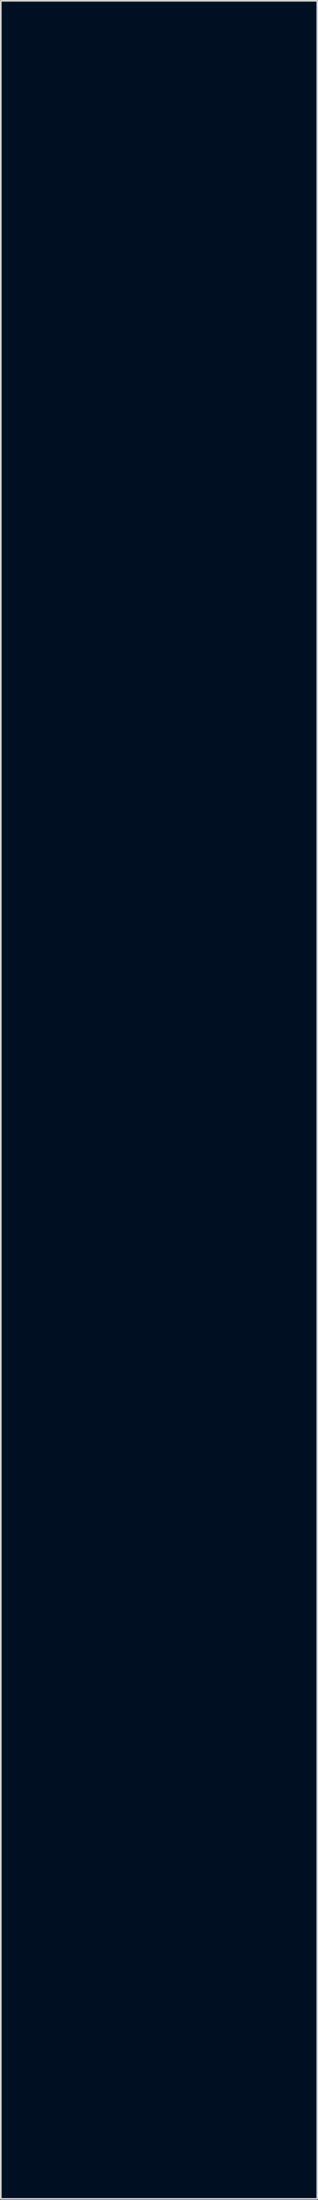
<source format=kicad_pcb>
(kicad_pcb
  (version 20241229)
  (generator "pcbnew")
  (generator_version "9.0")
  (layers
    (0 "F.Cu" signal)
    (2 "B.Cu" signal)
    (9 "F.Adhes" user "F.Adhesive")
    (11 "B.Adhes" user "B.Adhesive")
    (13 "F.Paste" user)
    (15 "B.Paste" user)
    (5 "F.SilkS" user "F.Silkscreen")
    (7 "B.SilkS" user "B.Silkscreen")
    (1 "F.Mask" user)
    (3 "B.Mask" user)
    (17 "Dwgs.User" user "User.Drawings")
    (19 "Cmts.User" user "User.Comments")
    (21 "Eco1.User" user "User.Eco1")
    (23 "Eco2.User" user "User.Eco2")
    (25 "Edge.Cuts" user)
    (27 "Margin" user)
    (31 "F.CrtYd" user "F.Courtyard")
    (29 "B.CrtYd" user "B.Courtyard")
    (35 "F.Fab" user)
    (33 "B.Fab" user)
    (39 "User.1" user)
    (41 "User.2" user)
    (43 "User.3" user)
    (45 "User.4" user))
  (footprint "OTC_logo"
    (layer "F.Cu")
    (at 6.482 64.246)
    (property "Reference" "OTC_logo" (at 0 0 0) (layer "F.Mask") (effects (font (size 1.524 1.524) (thickness 0.3))))
    (attr through_hole)
    (fp_poly (pts (xy -4.72 61.891) (xy -6.181 61.891) (xy -6.181 60.431) (xy -4.72 60.431) (xy -4.72 61.891)) (stroke (width 0.01) (type solid)) (fill yes) (layer "F.Mask"))
    (fp_poly (pts (xy -0.212 52.895) (xy -6.181 52.895) (xy -6.181 51.435) (xy -0.212 51.435) (xy -0.212 52.895)) (stroke (width 0.01) (type solid)) (fill yes) (layer "F.Mask"))
    (fp_poly (pts (xy -0.211 -22.404) (xy -0.222 -20.345) (xy -6.181 -26.3) (xy -6.181 -28.374) (xy -0.211 -22.404)) (stroke (width 0.01) (type solid)) (fill yes) (layer "F.Mask"))
    (fp_poly (pts (xy 2.032 61.891) (xy 0.572 61.891) (xy 0.572 60.431) (xy 2.032 60.431) (xy 2.032 61.891)) (stroke (width 0.01) (type solid)) (fill yes) (layer "F.Mask"))
    (fp_poly (pts (xy -3.196 -55.086) (xy -0.211 -52.101) (xy -0.222 -50.038) (xy -6.181 -55.996) (xy -6.181 -58.071) (xy -3.196 -55.086)) (stroke (width 0.01) (type solid)) (fill yes) (layer "F.Mask"))
    (fp_poly (pts (xy -3.196 -33.877) (xy -0.211 -30.892) (xy -0.222 -28.829) (xy -6.181 -34.787) (xy -6.181 -36.862) (xy -3.196 -33.877)) (stroke (width 0.01) (type solid)) (fill yes) (layer "F.Mask"))
    (fp_poly (pts (xy -3.196 -12.668) (xy -0.211 -9.683) (xy -0.222 -7.62) (xy -6.181 -13.578) (xy -6.181 -15.653) (xy -3.196 -12.668)) (stroke (width 0.01) (type solid)) (fill yes) (layer "F.Mask"))
    (fp_poly (pts (xy -0.211 -39.38) (xy -0.222 -37.317) (xy -3.201 -40.296) (xy -6.181 -43.275) (xy -6.181 -45.349) (xy -0.211 -39.38)) (stroke (width 0.01) (type solid)) (fill yes) (layer "F.Mask"))
    (fp_poly (pts (xy 6.54 30.994) (xy 6.54 32.66) (xy 6.128 32.66) (xy 0.572 27.104) (xy 0.572 25.043) (xy 6.54 30.994)) (stroke (width 0.01) (type solid)) (fill yes) (layer "F.Mask"))
    (fp_poly (pts (xy 6.541 -41.116) (xy 6.53 -39.052) (xy 3.551 -42.032) (xy 0.572 -45.011) (xy 0.572 -47.085) (xy 6.541 -41.116)) (stroke (width 0.01) (type solid)) (fill yes) (layer "F.Mask"))
    (fp_poly (pts (xy 6.541 26.766) (xy 6.53 28.829) (xy 3.551 25.85) (xy 0.572 22.871) (xy 0.572 20.796) (xy 6.541 26.766)) (stroke (width 0.01) (type solid)) (fill yes) (layer "F.Mask"))
    (fp_poly (pts (xy -4.879 11.112) (xy -3.588 12.404) (xy -5.642 12.404) (xy -6.181 11.863) (xy -6.176 10.842) (xy -6.17 9.821) (xy -4.879 11.112)) (stroke (width 0.01) (type solid)) (fill yes) (layer "F.Mask"))
    (fp_poly (pts (xy -3.196 4.308) (xy -0.211 7.292) (xy -0.222 9.356) (xy -3.201 6.376) (xy -6.181 3.397) (xy -6.181 1.323) (xy -3.196 4.308)) (stroke (width 0.01) (type solid)) (fill yes) (layer "F.Mask"))
    (fp_poly (pts (xy -3.196 -38.11) (xy -0.211 -35.126) (xy -0.222 -33.083) (xy -3.201 -36.063) (xy -6.181 -39.042) (xy -6.181 -41.095) (xy -3.196 -38.11)) (stroke (width 0.01) (type solid)) (fill yes) (layer "F.Mask"))
    (fp_poly (pts (xy -3.196 -29.623) (xy -0.211 -26.638) (xy -0.222 -24.596) (xy -3.201 -27.575) (xy -6.181 -30.554) (xy -6.181 -32.607) (xy -3.196 -29.623)) (stroke (width 0.01) (type solid)) (fill yes) (layer "F.Mask"))
    (fp_poly (pts (xy -0.211 -43.613) (xy -0.217 -42.582) (xy -0.222 -41.55) (xy -3.201 -44.529) (xy -6.181 -47.509) (xy -6.181 -49.583) (xy -0.211 -43.613)) (stroke (width 0.01) (type solid)) (fill yes) (layer "F.Mask"))
    (fp_poly (pts (xy -0.211 -1.195) (xy -0.217 -0.164) (xy -0.222 0.868) (xy -3.201 -2.111) (xy -6.181 -5.091) (xy -6.181 -7.165) (xy -0.211 -1.195)) (stroke (width 0.01) (type solid)) (fill yes) (layer "F.Mask"))
    (fp_poly (pts (xy 3.556 -52.588) (xy 6.541 -49.604) (xy 6.53 -47.54) (xy 3.551 -50.52) (xy 0.572 -53.499) (xy 0.572 -55.573) (xy 3.556 -52.588)) (stroke (width 0.01) (type solid)) (fill yes) (layer "F.Mask"))
    (fp_poly (pts (xy 3.556 -48.334) (xy 6.541 -45.349) (xy 6.53 -43.286) (xy 3.551 -46.265) (xy 0.572 -49.244) (xy 0.572 -51.319) (xy 3.556 -48.334)) (stroke (width 0.01) (type solid)) (fill yes) (layer "F.Mask"))
    (fp_poly (pts (xy 3.556 -27.125) (xy 6.541 -24.14) (xy 6.53 -22.077) (xy 3.551 -25.056) (xy 0.572 -28.035) (xy 0.572 -30.11) (xy 3.556 -27.125)) (stroke (width 0.01) (type solid)) (fill yes) (layer "F.Mask"))
    (fp_poly (pts (xy 3.556 11.06) (xy 6.541 14.045) (xy 6.53 16.097) (xy 3.551 13.121) (xy 0.572 10.145) (xy 0.572 8.075) (xy 3.556 11.06)) (stroke (width 0.01) (type solid)) (fill yes) (layer "F.Mask"))
    (fp_poly (pts (xy 3.556 15.293) (xy 6.541 18.278) (xy 6.53 20.341) (xy 3.551 17.362) (xy 0.572 14.383) (xy 0.572 12.308) (xy 3.556 15.293)) (stroke (width 0.01) (type solid)) (fill yes) (layer "F.Mask"))
    (fp_poly (pts (xy 3.556 -10.149) (xy 6.541 -7.164) (xy 6.53 -5.122) (xy 3.551 -8.102) (xy 0.572 -11.081) (xy 0.572 -13.134) (xy 3.556 -10.149)) (stroke (width 0.01) (type solid)) (fill yes) (layer "F.Mask"))
    (fp_poly (pts (xy 3.556 -1.661) (xy 6.541 1.323) (xy 6.53 3.366) (xy 3.551 0.386) (xy 0.572 -2.593) (xy 0.572 -4.646) (xy 3.556 -1.661)) (stroke (width 0.01) (type solid)) (fill yes) (layer "F.Mask"))
    (fp_poly (pts (xy 3.947 32.66) (xy 1.894 32.66) (xy 1.233 31.998) (xy 0.571 31.337) (xy 0.577 30.316) (xy 0.582 29.295) (xy 3.947 32.66)) (stroke (width 0.01) (type solid)) (fill yes) (layer "F.Mask"))
    (fp_poly (pts (xy 6.541 -58.07) (xy 6.535 -57.044) (xy 6.53 -56.018) (xy 3.551 -59.002) (xy 0.572 -61.987) (xy 0.572 -64.04) (xy 6.541 -58.07)) (stroke (width 0.01) (type solid)) (fill yes) (layer "F.Mask"))
    (fp_poly (pts (xy 6.541 5.557) (xy 6.53 7.615) (xy 3.55 4.638) (xy 0.571 1.662) (xy 0.571 0.624) (xy 0.572 -0.413) (xy 6.541 5.557)) (stroke (width 0.01) (type solid)) (fill yes) (layer "F.Mask"))
    (fp_poly (pts (xy -3.196 -16.901) (xy -0.211 -13.917) (xy -0.217 -12.89) (xy -0.222 -11.864) (xy -3.201 -14.839) (xy -6.181 -17.814) (xy -6.181 -19.886) (xy -3.196 -16.901)) (stroke (width 0.01) (type solid)) (fill yes) (layer "F.Mask"))
    (fp_poly (pts (xy -3.196 -8.414) (xy -0.211 -5.429) (xy -0.217 -4.41) (xy -0.222 -3.391) (xy -3.201 -6.362) (xy -6.181 -9.334) (xy -6.181 -11.398) (xy -3.196 -8.414)) (stroke (width 0.01) (type solid)) (fill yes) (layer "F.Mask"))
    (fp_poly (pts (xy -3.195 0.06) (xy -0.21 3.037) (xy -0.216 4.069) (xy -0.222 5.101) (xy -3.201 2.122) (xy -6.181 -0.857) (xy -6.181 -2.918) (xy -3.195 0.06)) (stroke (width 0.01) (type solid)) (fill yes) (layer "F.Mask"))
    (fp_poly (pts (xy -2.037 -62.415) (xy -0.211 -60.589) (xy -0.217 -59.557) (xy -0.222 -58.526) (xy -3.08 -61.383) (xy -5.937 -64.241) (xy -3.863 -64.241) (xy -2.037 -62.415)) (stroke (width 0.01) (type solid)) (fill yes) (layer "F.Mask"))
    (fp_poly (pts (xy 3.556 -56.822) (xy 6.541 -53.837) (xy 6.535 -52.805) (xy 6.53 -51.774) (xy 3.551 -54.753) (xy 0.572 -57.732) (xy 0.572 -59.806) (xy 3.556 -56.822)) (stroke (width 0.01) (type solid)) (fill yes) (layer "F.Mask"))
    (fp_poly (pts (xy 3.556 -35.613) (xy 6.541 -32.628) (xy 6.535 -31.596) (xy 6.53 -30.565) (xy 3.551 -33.544) (xy 0.572 -36.523) (xy 0.572 -38.597) (xy 3.556 -35.613)) (stroke (width 0.01) (type solid)) (fill yes) (layer "F.Mask"))
    (fp_poly (pts (xy 3.556 -14.404) (xy 6.541 -11.419) (xy 6.535 -10.387) (xy 6.53 -9.356) (xy 3.551 -12.335) (xy 0.572 -15.314) (xy 0.572 -17.388) (xy 3.556 -14.404)) (stroke (width 0.01) (type solid)) (fill yes) (layer "F.Mask"))
    (fp_poly (pts (xy 3.556 -5.916) (xy 6.541 -2.931) (xy 6.53 -0.869) (xy 3.551 -3.847) (xy 0.571 -6.826) (xy 0.571 -7.863) (xy 0.572 -8.901) (xy 3.556 -5.916)) (stroke (width 0.01) (type solid)) (fill yes) (layer "F.Mask"))
    (fp_poly (pts (xy 3.556 6.805) (xy 6.541 9.79) (xy 6.535 10.822) (xy 6.53 11.853) (xy 3.551 8.874) (xy 0.572 5.895) (xy 0.572 3.821) (xy 3.556 6.805)) (stroke (width 0.01) (type solid)) (fill yes) (layer "F.Mask"))
    (fp_poly (pts (xy 5.583 -63.283) (xy 6.541 -62.325) (xy 6.535 -61.293) (xy 6.53 -60.261) (xy 4.54 -62.251) (xy 2.551 -64.241) (xy 4.625 -64.241) (xy 5.583 -63.283)) (stroke (width 0.01) (type solid)) (fill yes) (layer "F.Mask"))
    (fp_poly (pts (xy 6.541 -28.393) (xy 6.535 -27.362) (xy 6.53 -26.331) (xy 3.551 -29.311) (xy 0.571 -32.29) (xy 0.577 -33.308) (xy 0.582 -34.326) (xy 6.541 -28.393)) (stroke (width 0.01) (type solid)) (fill yes) (layer "F.Mask"))
    (fp_poly (pts (xy 6.541 -36.861) (xy 6.535 -35.835) (xy 6.53 -34.809) (xy 3.55 -37.782) (xy 0.57 -40.756) (xy 0.571 -41.794) (xy 0.572 -42.831) (xy 6.541 -36.861)) (stroke (width 0.01) (type solid)) (fill yes) (layer "F.Mask"))
    (fp_poly (pts (xy -3.884 7.853) (xy -1.587 10.149) (xy -2.455 10.161) (xy -2.46 10.753) (xy -2.466 11.345) (xy -4.323 9.488) (xy -6.181 7.63) (xy -6.181 5.556) (xy -3.884 7.853)) (stroke (width 0.01) (type solid)) (fill yes) (layer "F.Mask"))
    (fp_poly (pts (xy -3.196 -50.842) (xy -0.211 -47.868) (xy -0.216 -46.837) (xy -0.222 -45.805) (xy -3.201 -48.784) (xy -6.181 -51.763) (xy -6.181 -52.79) (xy -6.181 -53.816) (xy -3.196 -50.842)) (stroke (width 0.01) (type solid)) (fill yes) (layer "F.Mask"))
    (fp_poly (pts (xy -0.212 59.648) (xy -6.181 59.648) (xy -6.181 58.187) (xy -1.683 58.177) (xy -1.683 55.15) (xy -6.181 55.139) (xy -6.181 53.679) (xy -0.212 53.679) (xy -0.212 59.648)) (stroke (width 0.01) (type solid)) (fill yes) (layer "F.Mask"))
    (fp_poly (pts (xy 3.556 -18.637) (xy 6.541 -15.652) (xy 6.535 -14.626) (xy 6.53 -13.6) (xy 3.556 -16.579) (xy 0.582 -19.558) (xy 0.577 -20.59) (xy 0.571 -21.622) (xy 3.556 -18.637)) (stroke (width 0.01) (type solid)) (fill yes) (layer "F.Mask"))
    (fp_poly (pts (xy 3.556 -22.881) (xy 6.542 -19.907) (xy 6.536 -18.875) (xy 6.53 -17.843) (xy 3.551 -20.823) (xy 0.572 -23.802) (xy 0.571 -24.829) (xy 0.571 -25.855) (xy 3.556 -22.881)) (stroke (width 0.01) (type solid)) (fill yes) (layer "F.Mask"))
    (fp_poly (pts (xy 3.557 19.537) (xy 6.543 22.511) (xy 6.536 23.543) (xy 6.53 24.575) (xy 3.551 21.595) (xy 0.572 18.616) (xy 0.571 17.589) (xy 0.571 16.563) (xy 3.557 19.537)) (stroke (width 0.01) (type solid)) (fill yes) (layer "F.Mask"))
    (fp_poly (pts (xy -0.212 16.902) (xy -1.672 16.902) (xy -1.677 15.78) (xy -1.683 14.658) (xy -6.181 14.647) (xy -6.181 13.187) (xy -1.672 13.187) (xy -1.672 10.943) (xy -0.212 10.943) (xy -0.212 16.902)) (stroke (width 0.01) (type solid)) (fill yes) (layer "F.Mask"))
    (fp_poly (pts (xy 6.519 59.648) (xy 0.572 59.648) (xy 0.572 58.187) (xy 2.82 58.182) (xy 5.069 58.177) (xy 5.069 55.15) (xy 2.82 55.144) (xy 0.572 55.139) (xy 0.572 53.679) (xy 6.519 53.679) (xy 6.519 59.648)) (stroke (width 0.01) (type solid)) (fill yes) (layer "F.Mask"))
    (fp_poly (pts (xy 6.54 39.391) (xy 0.572 39.391) (xy 0.572 34.904) (xy 2.032 34.904) (xy 2.032 37.931) (xy 5.08 37.931) (xy 5.08 34.904) (xy 2.032 34.904) (xy 0.572 34.904) (xy 0.572 33.443) (xy 6.54 33.443) (xy 6.54 39.391)) (stroke (width 0.01) (type solid)) (fill yes) (layer "F.Mask"))
    (fp_poly (pts (xy -0.212 30.395) (xy -1.672 30.395) (xy -1.672 25.908) (xy -2.455 25.908) (xy -2.455 30.395) (xy -3.916 30.395) (xy -3.926 25.919) (xy -4.72 25.907) (xy -4.72 30.395) (xy -6.181 30.395) (xy -6.181 24.448) (xy -0.212 24.448) (xy -0.212 30.395)) (stroke (width 0.01) (type solid)) (fill yes) (layer "F.Mask"))
    (fp_poly (pts (xy -0.212 50.652) (xy -6.181 50.652) (xy -6.181 49.192) (xy -3.932 49.186) (xy -1.683 49.181) (xy -1.683 48.398) (xy -6.181 48.387) (xy -6.181 46.927) (xy -1.683 46.916) (xy -1.683 46.154) (xy -6.181 46.143) (xy -6.181 44.683) (xy -0.212 44.683) (xy -0.212 50.652)) (stroke (width 0.01) (type solid)) (fill yes) (layer "F.Mask"))
    (fp_poly (pts (xy -0.212 19.156) (xy -2.456 19.156) (xy -2.45 20.675) (xy -2.445 22.193) (xy -1.328 22.199) (xy -0.212 22.204) (xy -0.212 23.643) (xy -6.181 23.643) (xy -6.181 22.204) (xy -3.926 22.193) (xy -3.926 19.166) (xy -6.181 19.155) (xy -6.181 17.695) (xy -0.212 17.695) (xy -0.212 19.156)) (stroke (width 0.01) (type solid)) (fill yes) (layer "F.Mask"))
    (fp_poly (pts (xy 6.519 52.895) (xy 5.08 52.895) (xy 5.075 50.647) (xy 5.069 48.398) (xy 4.286 48.398) (xy 4.281 50.647) (xy 4.275 52.895) (xy 2.815 52.895) (xy 2.815 48.387) (xy 2.032 48.387) (xy 2.032 52.895) (xy 0.572 52.895) (xy 0.572 46.926) (xy 6.519 46.926) (xy 6.519 52.895)) (stroke (width 0.01) (type solid)) (fill yes) (layer "F.Mask"))
    (fp_poly (pts (xy 6.524 43.169) (xy 6.519 46.143) (xy 2.815 46.143) (xy 2.815 41.656) (xy 4.276 41.656) (xy 4.276 44.684) (xy 4.673 44.678) (xy 5.069 44.672) (xy 5.075 43.164) (xy 5.08 41.656) (xy 4.276 41.656) (xy 2.815 41.656) (xy 0.572 41.656) (xy 0.572 40.196) (xy 3.551 40.195) (xy 6.53 40.195) (xy 6.524 43.169)) (stroke (width 0.01) (type solid)) (fill yes) (layer "F.Mask"))
    (fp_poly (pts (xy -0.212 -63.5) (xy -0.212 -63.328) (xy -0.212 -63.17) (xy -0.213 -63.031) (xy -0.214 -62.917) (xy -0.215 -62.83) (xy -0.216 -62.778) (xy -0.217 -62.762) (xy -0.232 -62.778) (xy -0.275 -62.82) (xy -0.342 -62.886) (xy -0.429 -62.974) (xy -0.536 -63.081) (xy -0.657 -63.203) (xy -0.791 -63.338) (xy -0.935 -63.482) (xy -0.957 -63.503) (xy -1.691 -64.241) (xy -0.212 -64.241) (xy -0.212 -63.5)) (stroke (width 0.01) (type solid)) (fill yes) (layer "F.Mask"))
    (fp_poly (pts (xy -0.212 43.9) (xy -1.672 43.9) (xy -1.683 39.402) (xy -2.448 39.39) (xy -2.462 40.01) (xy -2.465 40.135) (xy -2.467 40.297) (xy -2.469 40.491) (xy -2.471 40.713) (xy -2.473 40.956) (xy -2.474 41.217) (xy -2.475 41.489) (xy -2.476 41.768) (xy -2.476 42.049) (xy -2.476 42.265) (xy -2.477 43.9) (xy -3.942 43.9) (xy -3.934 41.651) (xy -3.926 39.402) (xy -4.71 39.402) (xy -4.72 43.9) (xy -6.181 43.9) (xy -6.181 37.931) (xy -0.212 37.931) (xy -0.212 43.9)) (stroke (width 0.01) (type solid)) (fill yes) (layer "F.Mask"))
    (fp_poly (pts (xy -3.197 -21.138) (xy -0.212 -18.157) (xy -0.212 -17.132) (xy -0.212 -16.929) (xy -0.212 -16.738) (xy -0.213 -16.566) (xy -0.213 -16.415) (xy -0.214 -16.289) (xy -0.215 -16.194) (xy -0.216 -16.132) (xy -0.217 -16.108) (xy -0.217 -16.108) (xy -0.232 -16.123) (xy -0.276 -16.166) (xy -0.347 -16.236) (xy -0.443 -16.332) (xy -0.564 -16.452) (xy -0.708 -16.596) (xy -0.873 -16.76) (xy -1.058 -16.945) (xy -1.261 -17.148) (xy -1.482 -17.368) (xy -1.718 -17.604) (xy -1.968 -17.854) (xy -2.232 -18.118) (xy -2.507 -18.392) (xy -2.791 -18.677) (xy -3.085 -18.97) (xy -3.201 -19.087) (xy -6.181 -22.066) (xy -6.181 -23.093) (xy -6.181 -24.119) (xy -3.197 -21.138)) (stroke (width 0.01) (type solid)) (fill yes) (layer "F.Mask"))
    (fp_poly (pts (xy -4.175 -60.287) (xy -3.91 -60.023) (xy -3.639 -59.754) (xy -3.365 -59.482) (xy -3.092 -59.21) (xy -2.822 -58.941) (xy -2.558 -58.679) (xy -2.304 -58.426) (xy -2.062 -58.185) (xy -1.836 -57.96) (xy -1.629 -57.753) (xy -1.443 -57.568) (xy -1.283 -57.408) (xy -1.19 -57.315) (xy -0.211 -56.335) (xy -0.217 -55.308) (xy -0.222 -54.282) (xy -1.27 -55.33) (xy -1.424 -55.484) (xy -1.605 -55.665) (xy -1.81 -55.869) (xy -2.034 -56.093) (xy -2.275 -56.334) (xy -2.53 -56.588) (xy -2.794 -56.852) (xy -3.066 -57.123) (xy -3.341 -57.397) (xy -3.616 -57.672) (xy -3.889 -57.943) (xy -4.154 -58.208) (xy -4.249 -58.302) (xy -6.181 -60.227) (xy -6.181 -61.252) (xy -6.181 -62.278) (xy -4.175 -60.287)) (stroke (width 0.01) (type solid)) (fill yes) (layer "F.Mask"))
    (fp_poly (pts (xy -0.212 37.148) (xy -3.916 37.148) (xy -3.916 36.587) (xy -3.916 36.41) (xy -3.918 36.272) (xy -3.92 36.169) (xy -3.924 36.097) (xy -3.93 36.051) (xy -3.937 36.029) (xy -3.942 36.026) (xy -3.962 36.04) (xy -4.009 36.082) (xy -4.079 36.148) (xy -4.171 36.235) (xy -4.28 36.341) (xy -4.404 36.463) (xy -4.54 36.597) (xy -4.684 36.741) (xy -4.699 36.756) (xy -4.844 36.901) (xy -4.98 37.036) (xy -5.104 37.159) (xy -5.212 37.266) (xy -5.303 37.356) (xy -5.373 37.424) (xy -5.42 37.468) (xy -5.439 37.486) (xy -5.44 37.486) (xy -5.457 37.472) (xy -5.5 37.431) (xy -5.566 37.367) (xy -5.652 37.283) (xy -5.753 37.183) (xy -5.867 37.07) (xy -5.964 36.973) (xy -6.477 36.459) (xy -5.196 35.179) (xy -3.916 33.899) (xy -3.916 32.66) (xy -2.455 32.66) (xy -2.455 35.687) (xy -1.672 35.687) (xy -1.672 32.66) (xy -2.455 32.66) (xy -3.916 32.66) (xy -6.181 32.66) (xy -6.181 31.2) (xy -0.212 31.2) (xy -0.212 37.148)) (stroke (width 0.01) (type solid)) (fill yes) (layer "F.Mask")))
  (gr_rect
    (start -3 -3)
    (end 16.03 129.142)
    (stroke (width 0.1) (type default))
    (fill no)
    (layer "Edge.Cuts")))
</source>
